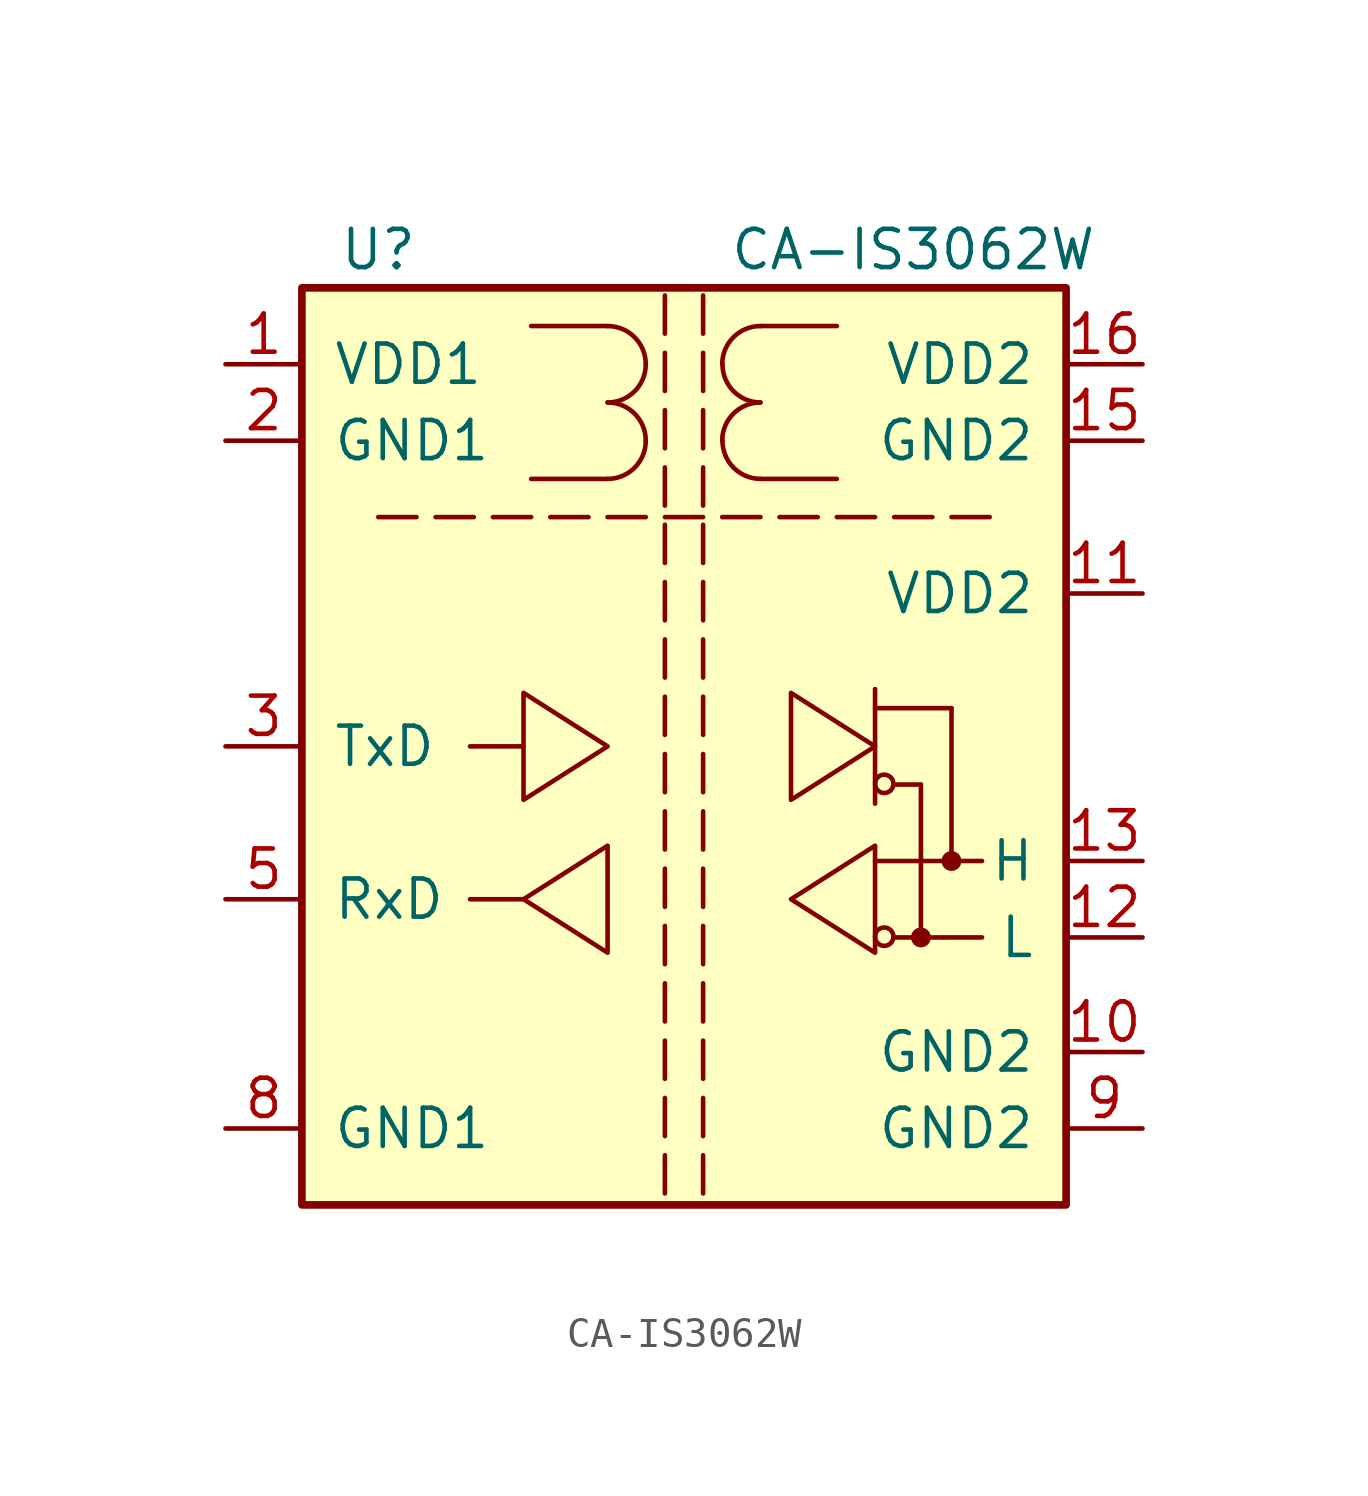
<source format=kicad_sym>
(kicad_symbol_lib
  (version 20231120)
  (generator "kicad_symbol_editor")
  (generator_version "8.0")
  (symbol "CA-IS3062W"
    (pin_names
      (offset 1.016))
    (property "Reference" "U"
      (at -10.16 16.51 0)
      (effects (font (size 1.27 1.27))))
    (property "Value" "CA-IS3062W"
      (at 7.62 16.51 0)
      (effects (font (size 1.27 1.27))))
    (symbol "CA-IS3062W_0_0"
      (polyline (pts (xy -10.16 7.62) (xy -8.89 7.62)) (stroke (width 0) (type default)) (fill (type none)))
      (polyline (pts (xy -8.255 7.62) (xy -6.985 7.62)) (stroke (width 0) (type default)) (fill (type none)))
      (polyline (pts (xy -6.35 7.62) (xy -5.08 7.62)) (stroke (width 0) (type default)) (fill (type none)))
      (polyline (pts (xy -4.445 7.62) (xy -3.175 7.62)) (stroke (width 0) (type default)) (fill (type none)))
      (polyline (pts (xy -2.54 7.62) (xy -1.27 7.62)) (stroke (width 0) (type default)) (fill (type none)))
      (polyline (pts (xy -0.635 -13.589) (xy -0.635 -14.859)) (stroke (width 0) (type default)) (fill (type none)))
      (polyline (pts (xy -0.635 -11.684) (xy -0.635 -12.954)) (stroke (width 0) (type default)) (fill (type none)))
      (polyline (pts (xy -0.635 -9.779) (xy -0.635 -11.049)) (stroke (width 0) (type default)) (fill (type none)))
      (polyline (pts (xy -0.635 -7.874) (xy -0.635 -9.144)) (stroke (width 0) (type default)) (fill (type none)))
      (polyline (pts (xy -0.635 -5.969) (xy -0.635 -7.239)) (stroke (width 0) (type default)) (fill (type none)))
      (polyline (pts (xy -0.635 -4.064) (xy -0.635 -5.334)) (stroke (width 0) (type default)) (fill (type none)))
      (polyline (pts (xy -0.635 -2.159) (xy -0.635 -3.429)) (stroke (width 0) (type default)) (fill (type none)))
      (polyline (pts (xy -0.635 -0.254) (xy -0.635 -1.524)) (stroke (width 0) (type default)) (fill (type none)))
      (polyline (pts (xy -0.635 1.651) (xy -0.635 0.381)) (stroke (width 0) (type default)) (fill (type none)))
      (polyline (pts (xy -0.635 3.556) (xy -0.635 2.286)) (stroke (width 0) (type default)) (fill (type none)))
      (polyline (pts (xy -0.635 5.461) (xy -0.635 4.191)) (stroke (width 0) (type default)) (fill (type none)))
      (polyline (pts (xy -0.635 7.366) (xy -0.635 6.096)) (stroke (width 0) (type default)) (fill (type none)))
      (polyline (pts (xy -0.635 7.62) (xy 0.635 7.62)) (stroke (width 0) (type default)) (fill (type none)))
      (polyline (pts (xy -0.635 9.271) (xy -0.635 8.001)) (stroke (width 0) (type default)) (fill (type none)))
      (polyline (pts (xy -0.635 11.176) (xy -0.635 9.906)) (stroke (width 0) (type default)) (fill (type none)))
      (polyline (pts (xy -0.635 13.081) (xy -0.635 11.811)) (stroke (width 0) (type default)) (fill (type none)))
      (polyline (pts (xy -0.635 14.986) (xy -0.635 13.716)) (stroke (width 0) (type default)) (fill (type none)))
      (polyline (pts (xy 0.635 -13.589) (xy 0.635 -14.859)) (stroke (width 0) (type default)) (fill (type none)))
      (polyline (pts (xy 0.635 -11.684) (xy 0.635 -12.954)) (stroke (width 0) (type default)) (fill (type none)))
      (polyline (pts (xy 0.635 -9.779) (xy 0.635 -11.049)) (stroke (width 0) (type default)) (fill (type none)))
      (polyline (pts (xy 0.635 -7.874) (xy 0.635 -9.144)) (stroke (width 0) (type default)) (fill (type none)))
      (polyline (pts (xy 0.635 -5.969) (xy 0.635 -7.239)) (stroke (width 0) (type default)) (fill (type none)))
      (polyline (pts (xy 0.635 -4.064) (xy 0.635 -5.334)) (stroke (width 0) (type default)) (fill (type none)))
      (polyline (pts (xy 0.635 -2.159) (xy 0.635 -3.429)) (stroke (width 0) (type default)) (fill (type none)))
      (polyline (pts (xy 0.635 -0.254) (xy 0.635 -1.524)) (stroke (width 0) (type default)) (fill (type none)))
      (polyline (pts (xy 0.635 1.651) (xy 0.635 0.381)) (stroke (width 0) (type default)) (fill (type none)))
      (polyline (pts (xy 0.635 3.556) (xy 0.635 2.286)) (stroke (width 0) (type default)) (fill (type none)))
      (polyline (pts (xy 0.635 5.461) (xy 0.635 4.191)) (stroke (width 0) (type default)) (fill (type none)))
      (polyline (pts (xy 0.635 7.366) (xy 0.635 6.096)) (stroke (width 0) (type default)) (fill (type none)))
      (polyline (pts (xy 0.635 9.271) (xy 0.635 8.001)) (stroke (width 0) (type default)) (fill (type none)))
      (polyline (pts (xy 0.635 11.176) (xy 0.635 9.906)) (stroke (width 0) (type default)) (fill (type none)))
      (polyline (pts (xy 0.635 13.081) (xy 0.635 11.811)) (stroke (width 0) (type default)) (fill (type none)))
      (polyline (pts (xy 0.635 14.986) (xy 0.635 13.716)) (stroke (width 0) (type default)) (fill (type none)))
      (polyline (pts (xy 1.27 7.62) (xy 2.54 7.62)) (stroke (width 0) (type default)) (fill (type none)))
      (polyline (pts (xy 3.175 7.62) (xy 4.445 7.62)) (stroke (width 0) (type default)) (fill (type none)))
      (polyline (pts (xy 5.08 7.62) (xy 6.35 7.62)) (stroke (width 0) (type default)) (fill (type none)))
      (polyline (pts (xy 6.985 7.62) (xy 8.255 7.62)) (stroke (width 0) (type default)) (fill (type none)))
      (polyline (pts (xy 8.89 7.62) (xy 10.16 7.62)) (stroke (width 0) (type default)) (fill (type none))))
    (symbol "CA-IS3062W_0_1"
      (rectangle (start -12.7 15.24) (end 12.7 -15.24) (stroke (width 0.254) (type default)) (fill (type background)))
      (arc (start -2.54 8.89) (mid -1.642 9.262) (end -1.27 10.16) (stroke (width 0) (type default)) (fill (type none)))
      (arc (start -2.54 11.43) (mid -1.642 11.802) (end -1.27 12.7) (stroke (width 0) (type default)) (fill (type none)))
      (arc (start -1.27 10.16) (mid -1.642 11.058) (end -2.54 11.43) (stroke (width 0) (type default)) (fill (type none)))
      (arc (start -1.27 12.7) (mid -1.642 13.598) (end -2.54 13.97) (stroke (width 0) (type default)) (fill (type none)))
      (polyline (pts (xy -5.334 -5.08) (xy -7.112 -5.08)) (stroke (width 0) (type default)) (fill (type none)))
      (polyline (pts (xy -5.334 0) (xy -7.112 0)) (stroke (width 0) (type default)) (fill (type none)))
      (polyline (pts (xy -5.08 8.89) (xy -2.54 8.89)) (stroke (width 0) (type default)) (fill (type none)))
      (polyline (pts (xy -5.08 13.97) (xy -2.54 13.97)) (stroke (width 0) (type default)) (fill (type none)))
      (polyline (pts (xy 5.08 8.89) (xy 2.54 8.89)) (stroke (width 0) (type default)) (fill (type none)))
      (polyline (pts (xy 5.08 13.97) (xy 2.54 13.97)) (stroke (width 0) (type default)) (fill (type none)))
      (polyline (pts (xy 6.35 -3.81) (xy 8.636 -3.81)) (stroke (width 0) (type default)) (fill (type none)))
      (polyline (pts (xy 6.35 1.27) (xy 8.89 1.27)) (stroke (width 0) (type default)) (fill (type none)))
      (polyline (pts (xy 6.35 1.905) (xy 6.35 -1.905)) (stroke (width 0) (type default)) (fill (type none)))
      (polyline (pts (xy 6.96 -6.35) (xy 8.636 -6.35)) (stroke (width 0) (type default)) (fill (type none)))
      (polyline (pts (xy 6.96 -1.27) (xy 7.874 -1.27)) (stroke (width 0) (type default)) (fill (type none)))
      (polyline (pts (xy 7.874 -1.27) (xy 7.874 -6.35)) (stroke (width 0) (type default)) (fill (type none)))
      (polyline (pts (xy 8.636 -6.35) (xy 9.906 -6.35)) (stroke (width 0) (type default)) (fill (type none)))
      (polyline (pts (xy 8.636 -3.81) (xy 9.906 -3.81)) (stroke (width 0) (type default)) (fill (type none)))
      (polyline (pts (xy 8.89 1.27) (xy 8.89 -3.81)) (stroke (width 0) (type default)) (fill (type none)))
      (polyline (pts (xy -5.334 -5.08) (xy -2.54 -3.302) (xy -2.54 -6.858) (xy -5.334 -5.08)) (stroke (width 0) (type default)) (fill (type none)))
      (polyline (pts (xy -2.54 0) (xy -5.334 1.778) (xy -5.334 -1.778) (xy -2.54 0)) (stroke (width 0) (type default)) (fill (type none)))
      (polyline (pts (xy 3.556 -5.08) (xy 6.35 -3.302) (xy 6.35 -6.858) (xy 3.556 -5.08)) (stroke (width 0) (type default)) (fill (type none)))
      (polyline (pts (xy 6.35 0) (xy 3.556 1.778) (xy 3.556 -1.778) (xy 6.35 0)) (stroke (width 0) (type default)) (fill (type none)))
      (arc (start 1.27 10.16) (mid 1.642 9.262) (end 2.54 8.89) (stroke (width 0) (type default)) (fill (type none)))
      (arc (start 1.27 12.7) (mid 1.642 11.802) (end 2.54 11.43) (stroke (width 0) (type default)) (fill (type none)))
      (arc (start 2.54 11.43) (mid 1.642 11.058) (end 1.27 10.16) (stroke (width 0) (type default)) (fill (type none)))
      (arc (start 2.54 13.97) (mid 1.642 13.598) (end 1.27 12.7) (stroke (width 0) (type default)) (fill (type none)))
      (circle (center 6.655 -6.325) (radius 0.305) (stroke (width 0) (type default)) (fill (type none)))
      (circle (center 6.655 -1.245) (radius 0.305) (stroke (width 0) (type default)) (fill (type none)))
      (circle (center 8.89 -3.81) (radius 0.178) (stroke (width 0.305) (type default)) (fill (type none))))
    (symbol "CA-IS3062W_1_1"
      (circle (center 7.874 -6.35) (radius 0.178) (stroke (width 0.305) (type default)) (fill (type none)))
      (pin power_in line (at -15.24 12.7 0) (length 2.54) (name "VDD1" (effects (font (size 1.27 1.27)))) (number "1" (effects (font (size 1.27 1.27)))))
      (pin power_in line (at 15.24 -10.16 180) (length 2.54) (name "GND2" (effects (font (size 1.27 1.27)))) (number "10" (effects (font (size 1.27 1.27)))))
      (pin power_in line (at 15.24 5.08 180) (length 2.54) (name "VDD2" (effects (font (size 1.27 1.27)))) (number "11" (effects (font (size 1.27 1.27)))))
      (pin bidirectional line (at 15.24 -6.35 180) (length 2.54) (name "L" (effects (font (size 1.27 1.27)))) (number "12" (effects (font (size 1.27 1.27)))))
      (pin bidirectional line (at 15.24 -3.81 180) (length 2.54) (name "H" (effects (font (size 1.27 1.27)))) (number "13" (effects (font (size 1.27 1.27)))))
      (pin no_connect line (at 15.24 0 180) (length 2.54) hide (name "NC" (effects (font (size 1.27 1.27)))) (number "14" (effects (font (size 1.27 1.27)))))
      (pin power_in line (at 15.24 10.16 180) (length 2.54) (name "GND2" (effects (font (size 1.27 1.27)))) (number "15" (effects (font (size 1.27 1.27)))))
      (pin power_in line (at 15.24 12.7 180) (length 2.54) (name "VDD2" (effects (font (size 1.27 1.27)))) (number "16" (effects (font (size 1.27 1.27)))))
      (pin power_in line (at -15.24 10.16 0) (length 2.54) (name "GND1" (effects (font (size 1.27 1.27)))) (number "2" (effects (font (size 1.27 1.27)))))
      (pin input line (at -15.24 0 0) (length 2.54) (name "TxD" (effects (font (size 1.27 1.27)))) (number "3" (effects (font (size 1.27 1.27)))))
      (pin no_connect line (at -15.24 -7.62 0) (length 2.54) hide (name "NC" (effects (font (size 1.27 1.27)))) (number "4" (effects (font (size 1.27 1.27)))))
      (pin output line (at -15.24 -5.08 0) (length 2.54) (name "RxD" (effects (font (size 1.27 1.27)))) (number "5" (effects (font (size 1.27 1.27)))))
      (pin no_connect line (at -15.24 5.08 0) (length 2.54) hide (name "NC" (effects (font (size 1.27 1.27)))) (number "6" (effects (font (size 1.27 1.27)))))
      (pin no_connect line (at -15.24 -10.16 0) (length 2.54) hide (name "NC" (effects (font (size 1.27 1.27)))) (number "7" (effects (font (size 1.27 1.27)))))
      (pin power_in line (at -15.24 -12.7 0) (length 2.54) (name "GND1" (effects (font (size 1.27 1.27)))) (number "8" (effects (font (size 1.27 1.27)))))
      (pin power_in line (at 15.24 -12.7 180) (length 2.54) (name "GND2" (effects (font (size 1.27 1.27)))) (number "9" (effects (font (size 1.27 1.27))))))))
</source>
